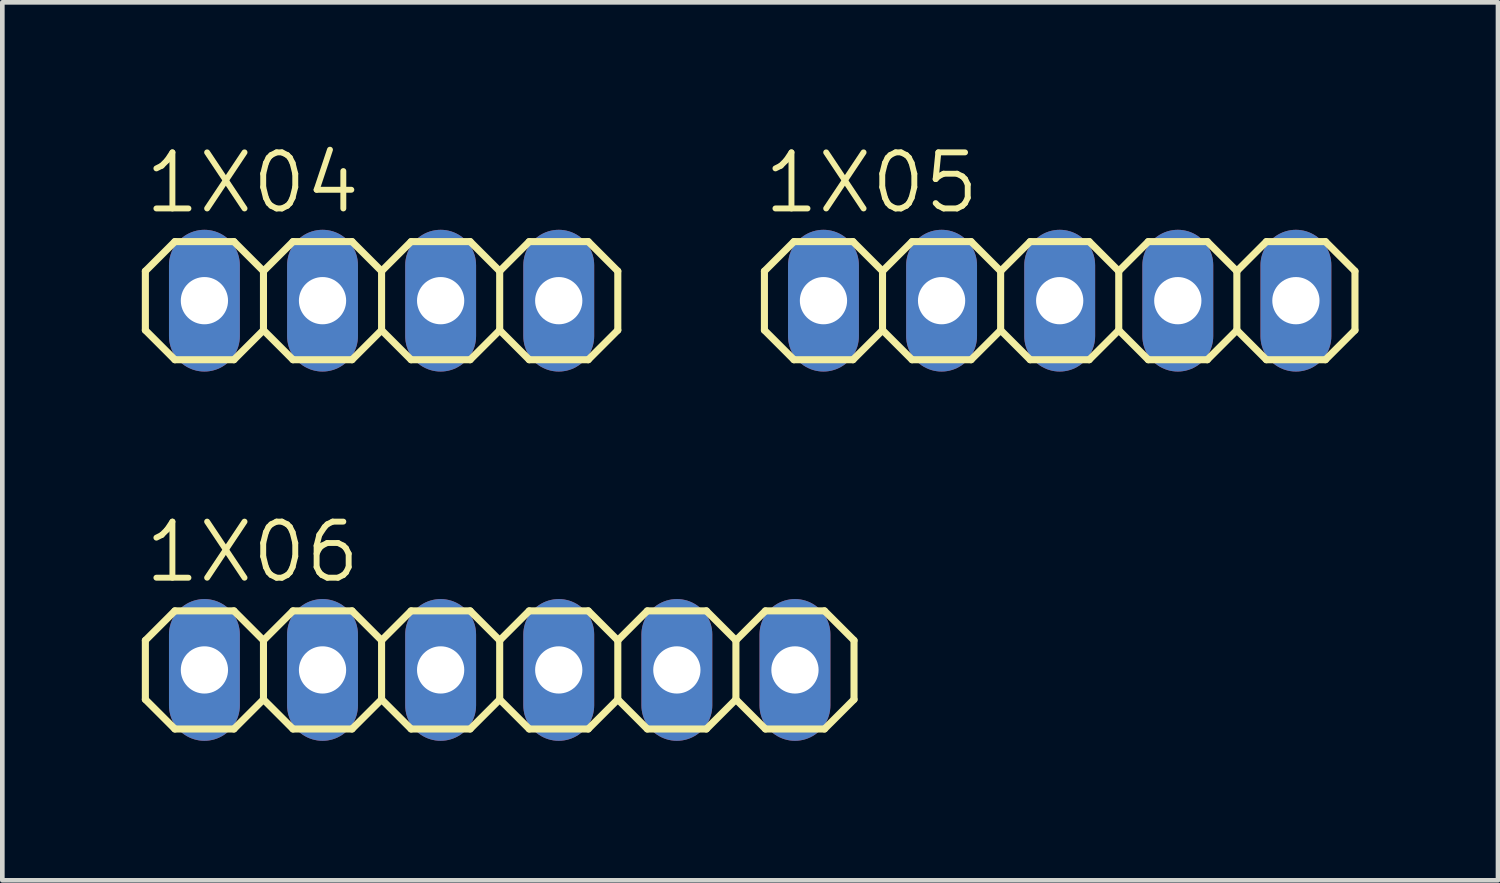
<source format=kicad_pcb>
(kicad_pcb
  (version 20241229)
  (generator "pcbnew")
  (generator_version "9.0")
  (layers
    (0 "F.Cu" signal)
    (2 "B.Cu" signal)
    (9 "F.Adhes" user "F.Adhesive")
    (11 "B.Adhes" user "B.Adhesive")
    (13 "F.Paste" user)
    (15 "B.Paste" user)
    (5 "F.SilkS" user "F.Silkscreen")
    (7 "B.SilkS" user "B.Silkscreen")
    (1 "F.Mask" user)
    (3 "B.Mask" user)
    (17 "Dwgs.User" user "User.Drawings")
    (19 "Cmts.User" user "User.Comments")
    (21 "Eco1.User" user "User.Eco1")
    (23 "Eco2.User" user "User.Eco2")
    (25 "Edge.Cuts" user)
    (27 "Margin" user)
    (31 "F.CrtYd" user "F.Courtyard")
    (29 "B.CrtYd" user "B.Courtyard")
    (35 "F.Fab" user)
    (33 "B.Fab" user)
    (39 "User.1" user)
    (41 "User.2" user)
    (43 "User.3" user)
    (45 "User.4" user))
  (footprint "1X04"
    (layer "F.Cu")
    (at 5.156 3.416)
    (property "Reference" "1X04" (at -5.156 -1.829 0) (layer "F.SilkS") (effects (font (size 1.206 1.206) (thickness 0.127)) (justify left bottom)))
    (attr through_hole)
    (fp_line (start -5.08 -0.635) (end -5.08 0.635) (stroke (width 0.152) (type solid)) (layer "F.SilkS"))
    (fp_line (start -5.08 0.635) (end -4.445 1.27) (stroke (width 0.152) (type solid)) (layer "F.SilkS"))
    (fp_line (start -4.445 -1.27) (end -5.08 -0.635) (stroke (width 0.152) (type solid)) (layer "F.SilkS"))
    (fp_line (start -4.445 -1.27) (end -3.175 -1.27) (stroke (width 0.152) (type solid)) (layer "F.SilkS"))
    (fp_line (start -3.175 -1.27) (end -2.54 -0.635) (stroke (width 0.152) (type solid)) (layer "F.SilkS"))
    (fp_line (start -3.175 1.27) (end -4.445 1.27) (stroke (width 0.152) (type solid)) (layer "F.SilkS"))
    (fp_line (start -2.54 -0.635) (end -2.54 0.635) (stroke (width 0.152) (type solid)) (layer "F.SilkS"))
    (fp_line (start -2.54 -0.635) (end -1.905 -1.27) (stroke (width 0.152) (type solid)) (layer "F.SilkS"))
    (fp_line (start -2.54 0.635) (end -3.175 1.27) (stroke (width 0.152) (type solid)) (layer "F.SilkS"))
    (fp_line (start -1.905 -1.27) (end -0.635 -1.27) (stroke (width 0.152) (type solid)) (layer "F.SilkS"))
    (fp_line (start -1.905 1.27) (end -2.54 0.635) (stroke (width 0.152) (type solid)) (layer "F.SilkS"))
    (fp_line (start -0.635 -1.27) (end 0 -0.635) (stroke (width 0.152) (type solid)) (layer "F.SilkS"))
    (fp_line (start -0.635 1.27) (end -1.905 1.27) (stroke (width 0.152) (type solid)) (layer "F.SilkS"))
    (fp_line (start 0 -0.635) (end 0 0.635) (stroke (width 0.152) (type solid)) (layer "F.SilkS"))
    (fp_line (start 0 -0.635) (end 0.635 -1.27) (stroke (width 0.152) (type solid)) (layer "F.SilkS"))
    (fp_line (start 0 0.635) (end -0.635 1.27) (stroke (width 0.152) (type solid)) (layer "F.SilkS"))
    (fp_line (start 0.635 -1.27) (end 1.905 -1.27) (stroke (width 0.152) (type solid)) (layer "F.SilkS"))
    (fp_line (start 0.635 1.27) (end 0 0.635) (stroke (width 0.152) (type solid)) (layer "F.SilkS"))
    (fp_line (start 1.905 -1.27) (end 2.54 -0.635) (stroke (width 0.152) (type solid)) (layer "F.SilkS"))
    (fp_line (start 1.905 1.27) (end 0.635 1.27) (stroke (width 0.152) (type solid)) (layer "F.SilkS"))
    (fp_line (start 2.54 -0.635) (end 2.54 0.635) (stroke (width 0.152) (type solid)) (layer "F.SilkS"))
    (fp_line (start 2.54 0.635) (end 1.905 1.27) (stroke (width 0.152) (type solid)) (layer "F.SilkS"))
    (fp_line (start 2.54 0.635) (end 3.175 1.27) (stroke (width 0.152) (type solid)) (layer "F.SilkS"))
    (fp_line (start 3.175 -1.27) (end 2.54 -0.635) (stroke (width 0.152) (type solid)) (layer "F.SilkS"))
    (fp_line (start 3.175 -1.27) (end 4.445 -1.27) (stroke (width 0.152) (type solid)) (layer "F.SilkS"))
    (fp_line (start 4.445 -1.27) (end 5.08 -0.635) (stroke (width 0.152) (type solid)) (layer "F.SilkS"))
    (fp_line (start 4.445 1.27) (end 3.175 1.27) (stroke (width 0.152) (type solid)) (layer "F.SilkS"))
    (fp_line (start 5.08 -0.635) (end 5.08 0.635) (stroke (width 0.152) (type solid)) (layer "F.SilkS"))
    (fp_line (start 5.08 0.635) (end 4.445 1.27) (stroke (width 0.152) (type solid)) (layer "F.SilkS"))
    (fp_poly (pts (xy -4.064 0.254) (xy -3.556 0.254) (xy -3.556 -0.254) (xy -4.064 -0.254)) (stroke (width 0.1) (type solid)) (fill no) (layer "F.Fab"))
    (fp_poly (pts (xy -1.524 0.254) (xy -1.016 0.254) (xy -1.016 -0.254) (xy -1.524 -0.254)) (stroke (width 0.1) (type solid)) (fill no) (layer "F.Fab"))
    (fp_poly (pts (xy 1.016 0.254) (xy 1.524 0.254) (xy 1.524 -0.254) (xy 1.016 -0.254)) (stroke (width 0.1) (type solid)) (fill no) (layer "F.Fab"))
    (fp_poly (pts (xy 3.556 0.254) (xy 4.064 0.254) (xy 4.064 -0.254) (xy 3.556 -0.254)) (stroke (width 0.1) (type solid)) (fill no) (layer "F.Fab"))
    (pad "1" thru_hole oval (at -3.81 0 90) (size 3.048 1.524) (drill 1.016) (layers "*.Cu" "*.Mask"))
    (pad "2" thru_hole oval (at -1.27 0 90) (size 3.048 1.524) (drill 1.016) (layers "*.Cu" "*.Mask"))
    (pad "3" thru_hole oval (at 1.27 0 90) (size 3.048 1.524) (drill 1.016) (layers "*.Cu" "*.Mask"))
    (pad "4" thru_hole oval (at 3.81 0 90) (size 3.048 1.524) (drill 1.016) (layers "*.Cu" "*.Mask")))
  (footprint "1X06"
    (layer "F.Cu")
    (at 7.696 11.357)
    (property "Reference" "1X06" (at -7.696 -1.829 0) (layer "F.SilkS") (effects (font (size 1.206 1.206) (thickness 0.127)) (justify left bottom)))
    (attr through_hole)
    (fp_line (start -7.62 -0.635) (end -7.62 0.635) (stroke (width 0.152) (type solid)) (layer "F.SilkS"))
    (fp_line (start -7.62 0.635) (end -6.985 1.27) (stroke (width 0.152) (type solid)) (layer "F.SilkS"))
    (fp_line (start -6.985 -1.27) (end -7.62 -0.635) (stroke (width 0.152) (type solid)) (layer "F.SilkS"))
    (fp_line (start -6.985 -1.27) (end -5.715 -1.27) (stroke (width 0.152) (type solid)) (layer "F.SilkS"))
    (fp_line (start -5.715 -1.27) (end -5.08 -0.635) (stroke (width 0.152) (type solid)) (layer "F.SilkS"))
    (fp_line (start -5.715 1.27) (end -6.985 1.27) (stroke (width 0.152) (type solid)) (layer "F.SilkS"))
    (fp_line (start -5.08 -0.635) (end -5.08 0.635) (stroke (width 0.152) (type solid)) (layer "F.SilkS"))
    (fp_line (start -5.08 -0.635) (end -4.445 -1.27) (stroke (width 0.152) (type solid)) (layer "F.SilkS"))
    (fp_line (start -5.08 0.635) (end -5.715 1.27) (stroke (width 0.152) (type solid)) (layer "F.SilkS"))
    (fp_line (start -4.445 -1.27) (end -3.175 -1.27) (stroke (width 0.152) (type solid)) (layer "F.SilkS"))
    (fp_line (start -4.445 1.27) (end -5.08 0.635) (stroke (width 0.152) (type solid)) (layer "F.SilkS"))
    (fp_line (start -3.175 -1.27) (end -2.54 -0.635) (stroke (width 0.152) (type solid)) (layer "F.SilkS"))
    (fp_line (start -3.175 1.27) (end -4.445 1.27) (stroke (width 0.152) (type solid)) (layer "F.SilkS"))
    (fp_line (start -2.54 -0.635) (end -2.54 0.635) (stroke (width 0.152) (type solid)) (layer "F.SilkS"))
    (fp_line (start -2.54 -0.635) (end -1.905 -1.27) (stroke (width 0.152) (type solid)) (layer "F.SilkS"))
    (fp_line (start -2.54 0.635) (end -3.175 1.27) (stroke (width 0.152) (type solid)) (layer "F.SilkS"))
    (fp_line (start -1.905 -1.27) (end -0.635 -1.27) (stroke (width 0.152) (type solid)) (layer "F.SilkS"))
    (fp_line (start -1.905 1.27) (end -2.54 0.635) (stroke (width 0.152) (type solid)) (layer "F.SilkS"))
    (fp_line (start -0.635 -1.27) (end 0 -0.635) (stroke (width 0.152) (type solid)) (layer "F.SilkS"))
    (fp_line (start -0.635 1.27) (end -1.905 1.27) (stroke (width 0.152) (type solid)) (layer "F.SilkS"))
    (fp_line (start 0 -0.635) (end 0 0.635) (stroke (width 0.152) (type solid)) (layer "F.SilkS"))
    (fp_line (start 0 0.635) (end -0.635 1.27) (stroke (width 0.152) (type solid)) (layer "F.SilkS"))
    (fp_line (start 0 0.635) (end 0.635 1.27) (stroke (width 0.152) (type solid)) (layer "F.SilkS"))
    (fp_line (start 0.635 -1.27) (end 0 -0.635) (stroke (width 0.152) (type solid)) (layer "F.SilkS"))
    (fp_line (start 0.635 -1.27) (end 1.905 -1.27) (stroke (width 0.152) (type solid)) (layer "F.SilkS"))
    (fp_line (start 1.905 -1.27) (end 2.54 -0.635) (stroke (width 0.152) (type solid)) (layer "F.SilkS"))
    (fp_line (start 1.905 1.27) (end 0.635 1.27) (stroke (width 0.152) (type solid)) (layer "F.SilkS"))
    (fp_line (start 2.54 -0.635) (end 2.54 0.635) (stroke (width 0.152) (type solid)) (layer "F.SilkS"))
    (fp_line (start 2.54 -0.635) (end 3.175 -1.27) (stroke (width 0.152) (type solid)) (layer "F.SilkS"))
    (fp_line (start 2.54 0.635) (end 1.905 1.27) (stroke (width 0.152) (type solid)) (layer "F.SilkS"))
    (fp_line (start 3.175 -1.27) (end 4.445 -1.27) (stroke (width 0.152) (type solid)) (layer "F.SilkS"))
    (fp_line (start 3.175 1.27) (end 2.54 0.635) (stroke (width 0.152) (type solid)) (layer "F.SilkS"))
    (fp_line (start 4.445 -1.27) (end 5.08 -0.635) (stroke (width 0.152) (type solid)) (layer "F.SilkS"))
    (fp_line (start 4.445 1.27) (end 3.175 1.27) (stroke (width 0.152) (type solid)) (layer "F.SilkS"))
    (fp_line (start 5.08 -0.635) (end 5.08 0.635) (stroke (width 0.152) (type solid)) (layer "F.SilkS"))
    (fp_line (start 5.08 0.635) (end 4.445 1.27) (stroke (width 0.152) (type solid)) (layer "F.SilkS"))
    (fp_line (start 5.08 0.635) (end 5.715 1.27) (stroke (width 0.152) (type solid)) (layer "F.SilkS"))
    (fp_line (start 5.715 -1.27) (end 5.08 -0.635) (stroke (width 0.152) (type solid)) (layer "F.SilkS"))
    (fp_line (start 5.715 -1.27) (end 6.985 -1.27) (stroke (width 0.152) (type solid)) (layer "F.SilkS"))
    (fp_line (start 6.985 -1.27) (end 7.62 -0.635) (stroke (width 0.152) (type solid)) (layer "F.SilkS"))
    (fp_line (start 6.985 1.27) (end 5.715 1.27) (stroke (width 0.152) (type solid)) (layer "F.SilkS"))
    (fp_line (start 7.62 -0.635) (end 7.62 0.635) (stroke (width 0.152) (type solid)) (layer "F.SilkS"))
    (fp_line (start 7.62 0.635) (end 6.985 1.27) (stroke (width 0.152) (type solid)) (layer "F.SilkS"))
    (fp_poly (pts (xy -6.604 0.254) (xy -6.096 0.254) (xy -6.096 -0.254) (xy -6.604 -0.254)) (stroke (width 0.1) (type solid)) (fill no) (layer "F.Fab"))
    (fp_poly (pts (xy -4.064 0.254) (xy -3.556 0.254) (xy -3.556 -0.254) (xy -4.064 -0.254)) (stroke (width 0.1) (type solid)) (fill no) (layer "F.Fab"))
    (fp_poly (pts (xy -1.524 0.254) (xy -1.016 0.254) (xy -1.016 -0.254) (xy -1.524 -0.254)) (stroke (width 0.1) (type solid)) (fill no) (layer "F.Fab"))
    (fp_poly (pts (xy 1.016 0.254) (xy 1.524 0.254) (xy 1.524 -0.254) (xy 1.016 -0.254)) (stroke (width 0.1) (type solid)) (fill no) (layer "F.Fab"))
    (fp_poly (pts (xy 3.556 0.254) (xy 4.064 0.254) (xy 4.064 -0.254) (xy 3.556 -0.254)) (stroke (width 0.1) (type solid)) (fill no) (layer "F.Fab"))
    (fp_poly (pts (xy 6.096 0.254) (xy 6.604 0.254) (xy 6.604 -0.254) (xy 6.096 -0.254)) (stroke (width 0.1) (type solid)) (fill no) (layer "F.Fab"))
    (pad "1" thru_hole oval (at -6.35 0 90) (size 3.048 1.524) (drill 1.016) (layers "*.Cu" "*.Mask"))
    (pad "2" thru_hole oval (at -3.81 0 90) (size 3.048 1.524) (drill 1.016) (layers "*.Cu" "*.Mask"))
    (pad "3" thru_hole oval (at -1.27 0 90) (size 3.048 1.524) (drill 1.016) (layers "*.Cu" "*.Mask"))
    (pad "4" thru_hole oval (at 1.27 0 90) (size 3.048 1.524) (drill 1.016) (layers "*.Cu" "*.Mask"))
    (pad "5" thru_hole oval (at 3.81 0 90) (size 3.048 1.524) (drill 1.016) (layers "*.Cu" "*.Mask"))
    (pad "6" thru_hole oval (at 6.35 0 90) (size 3.048 1.524) (drill 1.016) (layers "*.Cu" "*.Mask")))
  (footprint "1X05"
    (layer "F.Cu")
    (at 19.739 3.416)
    (property "Reference" "1X05" (at -6.426 -1.829 0) (layer "F.SilkS") (effects (font (size 1.206 1.206) (thickness 0.127)) (justify left bottom)))
    (attr through_hole)
    (fp_line (start -6.35 -0.635) (end -6.35 0.635) (stroke (width 0.152) (type solid)) (layer "F.SilkS"))
    (fp_line (start -6.35 0.635) (end -5.715 1.27) (stroke (width 0.152) (type solid)) (layer "F.SilkS"))
    (fp_line (start -5.715 -1.27) (end -6.35 -0.635) (stroke (width 0.152) (type solid)) (layer "F.SilkS"))
    (fp_line (start -5.715 -1.27) (end -4.445 -1.27) (stroke (width 0.152) (type solid)) (layer "F.SilkS"))
    (fp_line (start -4.445 -1.27) (end -3.81 -0.635) (stroke (width 0.152) (type solid)) (layer "F.SilkS"))
    (fp_line (start -4.445 1.27) (end -5.715 1.27) (stroke (width 0.152) (type solid)) (layer "F.SilkS"))
    (fp_line (start -3.81 -0.635) (end -3.81 0.635) (stroke (width 0.152) (type solid)) (layer "F.SilkS"))
    (fp_line (start -3.81 -0.635) (end -3.175 -1.27) (stroke (width 0.152) (type solid)) (layer "F.SilkS"))
    (fp_line (start -3.81 0.635) (end -4.445 1.27) (stroke (width 0.152) (type solid)) (layer "F.SilkS"))
    (fp_line (start -3.175 -1.27) (end -1.905 -1.27) (stroke (width 0.152) (type solid)) (layer "F.SilkS"))
    (fp_line (start -3.175 1.27) (end -3.81 0.635) (stroke (width 0.152) (type solid)) (layer "F.SilkS"))
    (fp_line (start -1.905 -1.27) (end -1.27 -0.635) (stroke (width 0.152) (type solid)) (layer "F.SilkS"))
    (fp_line (start -1.905 1.27) (end -3.175 1.27) (stroke (width 0.152) (type solid)) (layer "F.SilkS"))
    (fp_line (start -1.27 -0.635) (end -1.27 0.635) (stroke (width 0.152) (type solid)) (layer "F.SilkS"))
    (fp_line (start -1.27 -0.635) (end -0.635 -1.27) (stroke (width 0.152) (type solid)) (layer "F.SilkS"))
    (fp_line (start -1.27 0.635) (end -1.905 1.27) (stroke (width 0.152) (type solid)) (layer "F.SilkS"))
    (fp_line (start -0.635 -1.27) (end 0.635 -1.27) (stroke (width 0.152) (type solid)) (layer "F.SilkS"))
    (fp_line (start -0.635 1.27) (end -1.27 0.635) (stroke (width 0.152) (type solid)) (layer "F.SilkS"))
    (fp_line (start 0.635 -1.27) (end 1.27 -0.635) (stroke (width 0.152) (type solid)) (layer "F.SilkS"))
    (fp_line (start 0.635 1.27) (end -0.635 1.27) (stroke (width 0.152) (type solid)) (layer "F.SilkS"))
    (fp_line (start 1.27 -0.635) (end 1.27 0.635) (stroke (width 0.152) (type solid)) (layer "F.SilkS"))
    (fp_line (start 1.27 0.635) (end 0.635 1.27) (stroke (width 0.152) (type solid)) (layer "F.SilkS"))
    (fp_line (start 1.27 0.635) (end 1.905 1.27) (stroke (width 0.152) (type solid)) (layer "F.SilkS"))
    (fp_line (start 1.905 -1.27) (end 1.27 -0.635) (stroke (width 0.152) (type solid)) (layer "F.SilkS"))
    (fp_line (start 1.905 -1.27) (end 3.175 -1.27) (stroke (width 0.152) (type solid)) (layer "F.SilkS"))
    (fp_line (start 3.175 -1.27) (end 3.81 -0.635) (stroke (width 0.152) (type solid)) (layer "F.SilkS"))
    (fp_line (start 3.175 1.27) (end 1.905 1.27) (stroke (width 0.152) (type solid)) (layer "F.SilkS"))
    (fp_line (start 3.81 -0.635) (end 3.81 0.635) (stroke (width 0.152) (type solid)) (layer "F.SilkS"))
    (fp_line (start 3.81 0.635) (end 3.175 1.27) (stroke (width 0.152) (type solid)) (layer "F.SilkS"))
    (fp_line (start 3.81 0.635) (end 4.445 1.27) (stroke (width 0.152) (type solid)) (layer "F.SilkS"))
    (fp_line (start 4.445 -1.27) (end 3.81 -0.635) (stroke (width 0.152) (type solid)) (layer "F.SilkS"))
    (fp_line (start 4.445 -1.27) (end 5.715 -1.27) (stroke (width 0.152) (type solid)) (layer "F.SilkS"))
    (fp_line (start 5.715 -1.27) (end 6.35 -0.635) (stroke (width 0.152) (type solid)) (layer "F.SilkS"))
    (fp_line (start 5.715 1.27) (end 4.445 1.27) (stroke (width 0.152) (type solid)) (layer "F.SilkS"))
    (fp_line (start 6.35 -0.635) (end 6.35 0.635) (stroke (width 0.152) (type solid)) (layer "F.SilkS"))
    (fp_line (start 6.35 0.635) (end 5.715 1.27) (stroke (width 0.152) (type solid)) (layer "F.SilkS"))
    (fp_poly (pts (xy -5.334 0.254) (xy -4.826 0.254) (xy -4.826 -0.254) (xy -5.334 -0.254)) (stroke (width 0.1) (type solid)) (fill no) (layer "F.Fab"))
    (fp_poly (pts (xy -2.794 0.254) (xy -2.286 0.254) (xy -2.286 -0.254) (xy -2.794 -0.254)) (stroke (width 0.1) (type solid)) (fill no) (layer "F.Fab"))
    (fp_poly (pts (xy -0.254 0.254) (xy 0.254 0.254) (xy 0.254 -0.254) (xy -0.254 -0.254)) (stroke (width 0.1) (type solid)) (fill no) (layer "F.Fab"))
    (fp_poly (pts (xy 2.286 0.254) (xy 2.794 0.254) (xy 2.794 -0.254) (xy 2.286 -0.254)) (stroke (width 0.1) (type solid)) (fill no) (layer "F.Fab"))
    (fp_poly (pts (xy 4.826 0.254) (xy 5.334 0.254) (xy 5.334 -0.254) (xy 4.826 -0.254)) (stroke (width 0.1) (type solid)) (fill no) (layer "F.Fab"))
    (pad "1" thru_hole oval (at -5.08 0 90) (size 3.048 1.524) (drill 1.016) (layers "*.Cu" "*.Mask"))
    (pad "2" thru_hole oval (at -2.54 0 90) (size 3.048 1.524) (drill 1.016) (layers "*.Cu" "*.Mask"))
    (pad "3" thru_hole oval (at 0 0 90) (size 3.048 1.524) (drill 1.016) (layers "*.Cu" "*.Mask"))
    (pad "4" thru_hole oval (at 2.54 0 90) (size 3.048 1.524) (drill 1.016) (layers "*.Cu" "*.Mask"))
    (pad "5" thru_hole oval (at 5.08 0 90) (size 3.048 1.524) (drill 1.016) (layers "*.Cu" "*.Mask")))
  (gr_rect
    (start -3 -3)
    (end 29.165 15.881)
    (stroke (width 0.1) (type default))
    (fill no)
    (layer "Edge.Cuts")))
</source>
